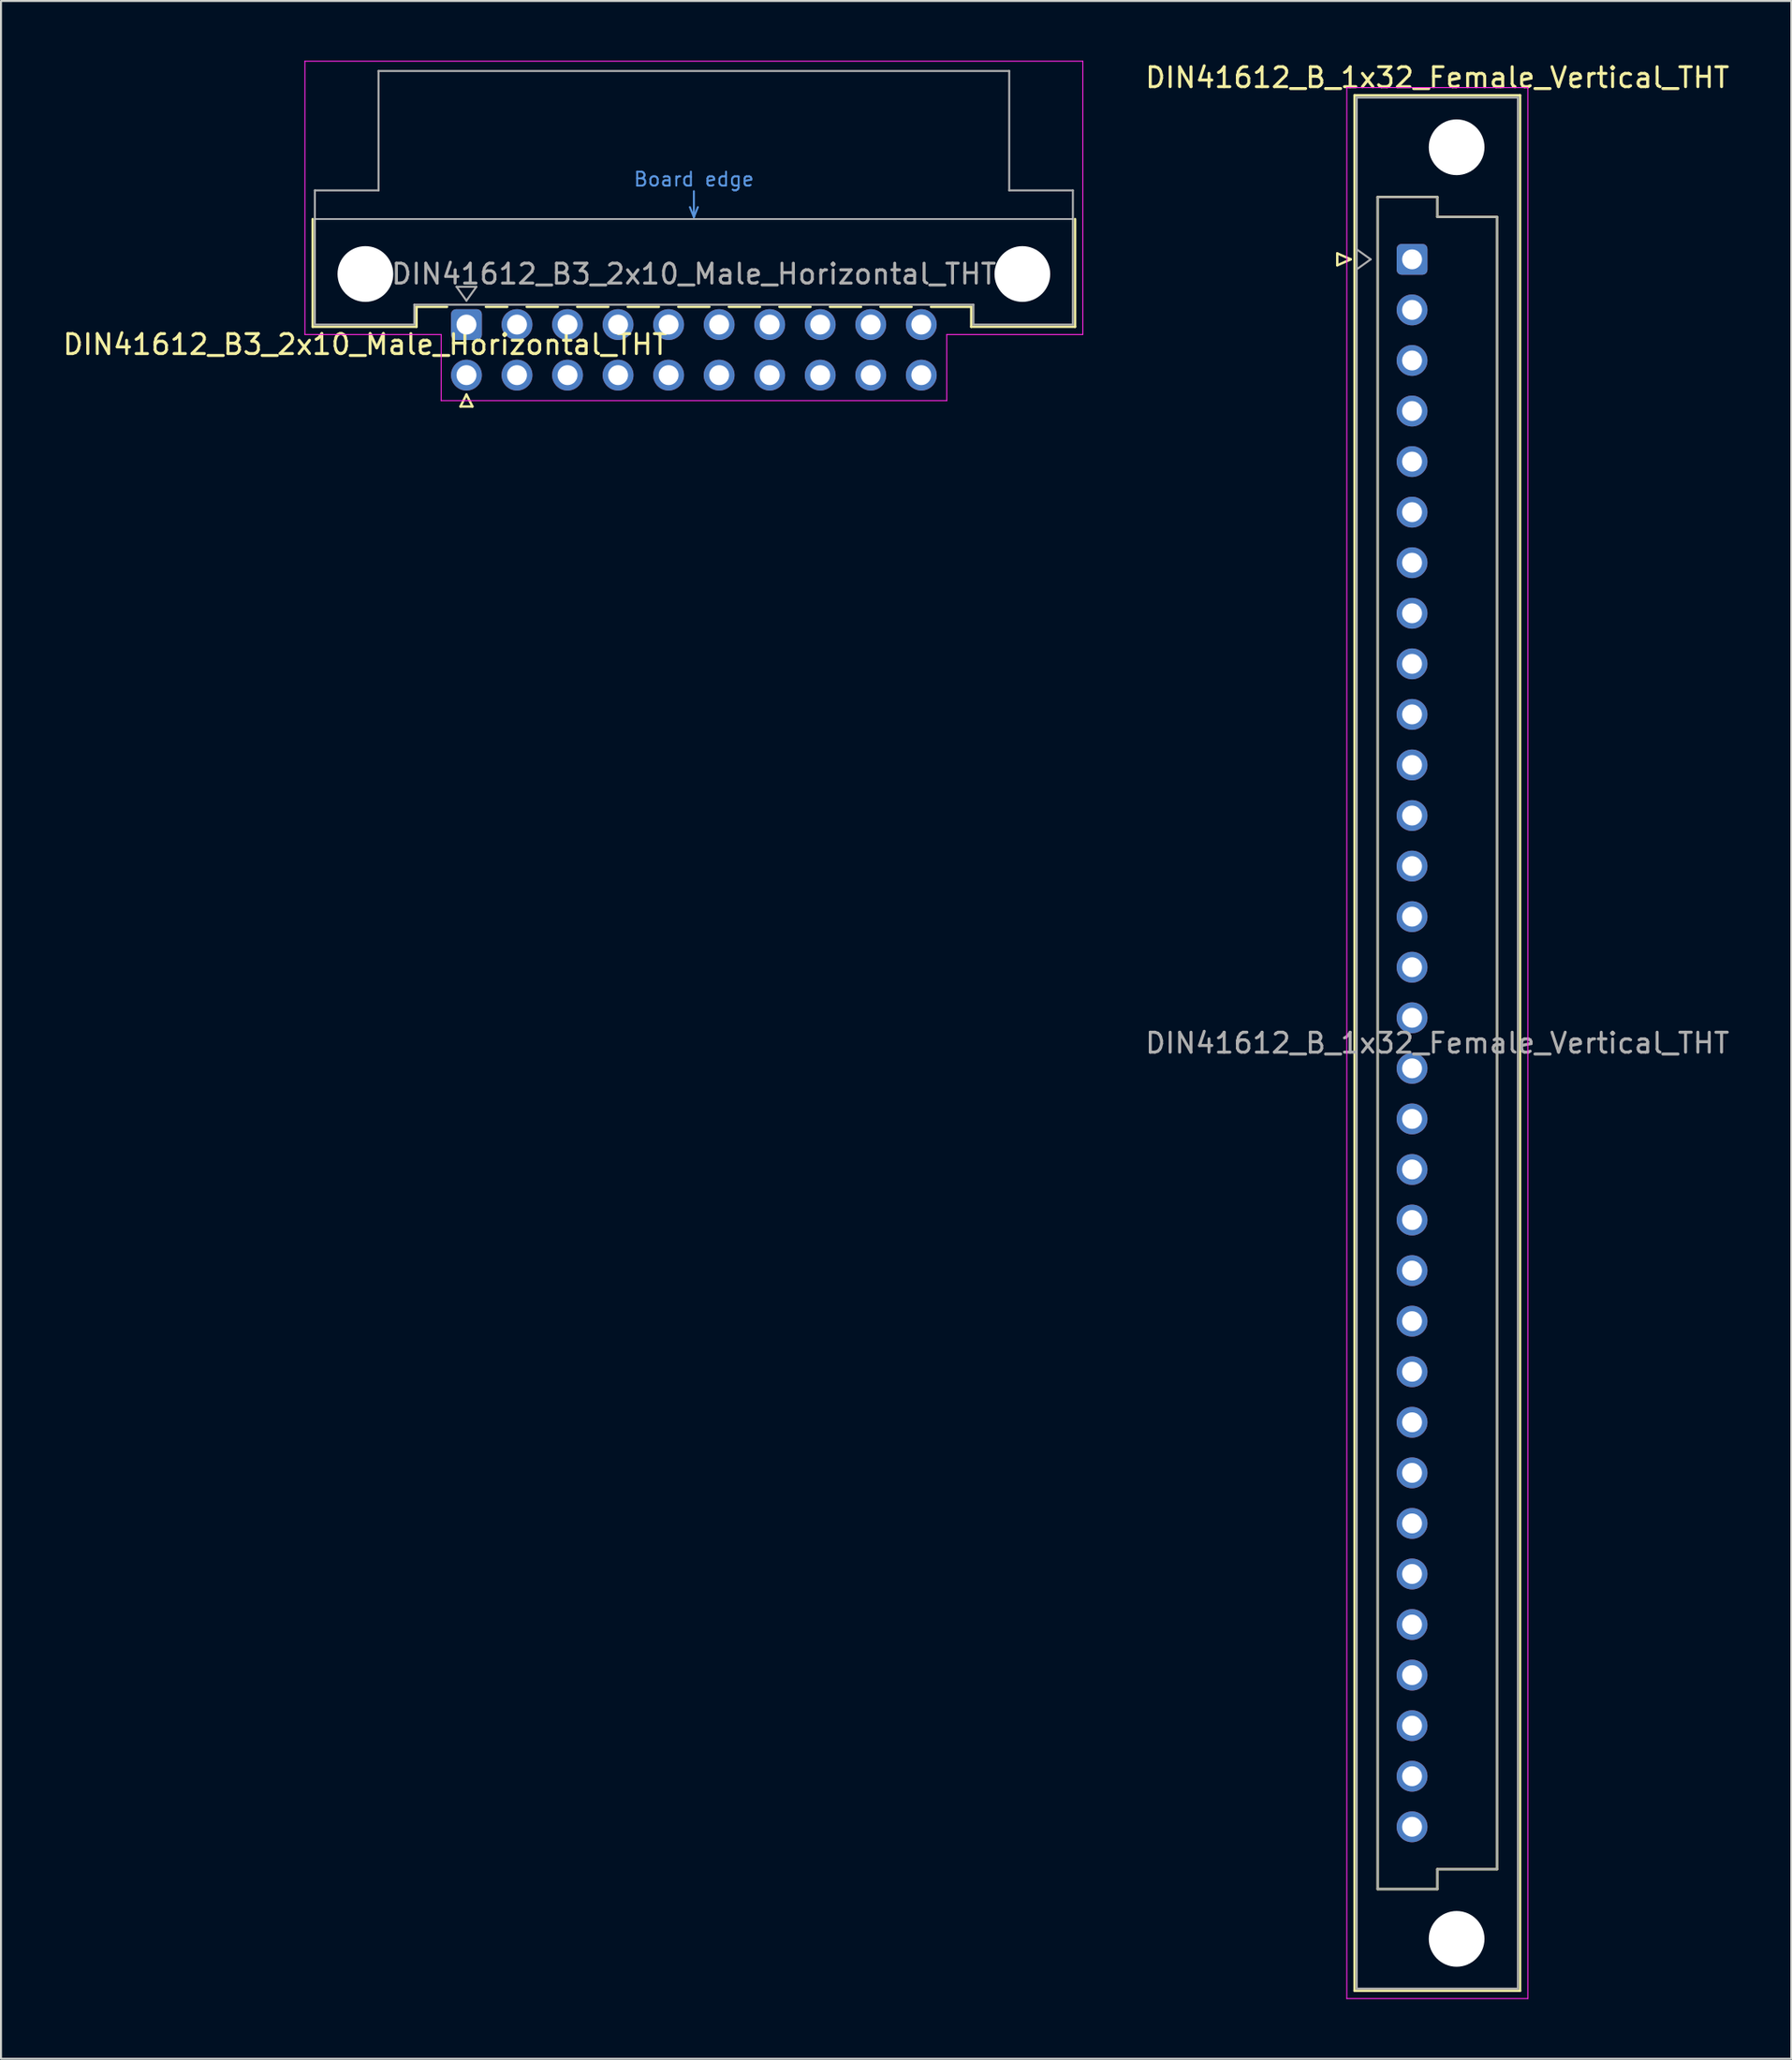
<source format=kicad_pcb>
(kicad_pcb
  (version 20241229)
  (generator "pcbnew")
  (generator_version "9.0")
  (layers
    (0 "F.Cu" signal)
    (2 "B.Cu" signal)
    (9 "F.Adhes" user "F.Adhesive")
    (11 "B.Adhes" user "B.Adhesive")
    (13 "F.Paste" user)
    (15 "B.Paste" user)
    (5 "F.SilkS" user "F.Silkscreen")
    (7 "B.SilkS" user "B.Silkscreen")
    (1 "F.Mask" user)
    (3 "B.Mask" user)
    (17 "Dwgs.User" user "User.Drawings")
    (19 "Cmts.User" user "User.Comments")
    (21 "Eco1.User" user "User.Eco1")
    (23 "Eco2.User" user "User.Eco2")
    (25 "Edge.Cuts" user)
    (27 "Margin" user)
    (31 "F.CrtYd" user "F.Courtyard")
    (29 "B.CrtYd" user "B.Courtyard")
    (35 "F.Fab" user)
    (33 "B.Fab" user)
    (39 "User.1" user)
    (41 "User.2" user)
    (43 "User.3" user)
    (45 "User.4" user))
  (footprint "DIN41612_B_1x32_Female_Vertical_THT"
    (layer "F.Cu")
    (at 67.922 9.978)
    (property "Reference" "DIN41612_B_1x32_Female_Vertical_THT" (at 1.27 -9.13 0) (layer "F.SilkS") (effects (font (size 1 1) (thickness 0.15))))
    (attr through_hole)
    (fp_line (start -3.76 -0.3) (end -3.76 0.3) (stroke (width 0.12) (type solid)) (layer "F.SilkS"))
    (fp_line (start -3.76 0.3) (end -3.08 0) (stroke (width 0.12) (type solid)) (layer "F.SilkS"))
    (fp_line (start -3.08 0) (end -3.76 -0.3) (stroke (width 0.12) (type solid)) (layer "F.SilkS"))
    (fp_line (start -2.89 -8.24) (end 5.43 -8.24) (stroke (width 0.12) (type solid)) (layer "F.SilkS"))
    (fp_line (start -2.89 86.98) (end -2.89 -8.24) (stroke (width 0.12) (type solid)) (layer "F.SilkS"))
    (fp_line (start -1.73 -3.131) (end 1.27 -3.131) (stroke (width 0.12) (type solid)) (layer "F.SilkS"))
    (fp_line (start -1.73 81.87) (end -1.73 -3.131) (stroke (width 0.12) (type solid)) (layer "F.SilkS"))
    (fp_line (start 1.27 -3.131) (end 1.27 -2.131) (stroke (width 0.12) (type solid)) (layer "F.SilkS"))
    (fp_line (start 1.27 -2.131) (end 4.27 -2.131) (stroke (width 0.12) (type solid)) (layer "F.SilkS"))
    (fp_line (start 1.27 80.87) (end 1.27 81.87) (stroke (width 0.12) (type solid)) (layer "F.SilkS"))
    (fp_line (start 1.27 81.87) (end -1.73 81.87) (stroke (width 0.12) (type solid)) (layer "F.SilkS"))
    (fp_line (start 4.27 -2.131) (end 4.27 80.87) (stroke (width 0.12) (type solid)) (layer "F.SilkS"))
    (fp_line (start 4.27 80.87) (end 1.27 80.87) (stroke (width 0.12) (type solid)) (layer "F.SilkS"))
    (fp_line (start 5.43 -8.24) (end 5.43 86.98) (stroke (width 0.12) (type solid)) (layer "F.SilkS"))
    (fp_line (start 5.43 86.98) (end -2.89 86.98) (stroke (width 0.12) (type solid)) (layer "F.SilkS"))
    (fp_line (start -3.28 -8.63) (end 5.82 -8.63) (stroke (width 0.05) (type solid)) (layer "F.CrtYd"))
    (fp_line (start -3.28 87.37) (end -3.28 -8.63) (stroke (width 0.05) (type solid)) (layer "F.CrtYd"))
    (fp_line (start 5.82 -8.63) (end 5.82 87.37) (stroke (width 0.05) (type solid)) (layer "F.CrtYd"))
    (fp_line (start 5.82 87.37) (end -3.28 87.37) (stroke (width 0.05) (type solid)) (layer "F.CrtYd"))
    (fp_line (start -2.78 -8.13) (end 5.32 -8.13) (stroke (width 0.1) (type solid)) (layer "F.Fab"))
    (fp_line (start -2.78 -0.5) (end -2.08 0) (stroke (width 0.1) (type solid)) (layer "F.Fab"))
    (fp_line (start -2.78 86.87) (end -2.78 -8.13) (stroke (width 0.1) (type solid)) (layer "F.Fab"))
    (fp_line (start -2.08 0) (end -2.78 0.5) (stroke (width 0.1) (type solid)) (layer "F.Fab"))
    (fp_line (start -1.73 -3.13) (end 1.27 -3.13) (stroke (width 0.1) (type solid)) (layer "F.Fab"))
    (fp_line (start -1.73 81.87) (end -1.73 -3.13) (stroke (width 0.1) (type solid)) (layer "F.Fab"))
    (fp_line (start 1.27 -3.13) (end 1.27 -2.13) (stroke (width 0.1) (type solid)) (layer "F.Fab"))
    (fp_line (start 1.27 -2.13) (end 4.27 -2.13) (stroke (width 0.1) (type solid)) (layer "F.Fab"))
    (fp_line (start 1.27 80.87) (end 1.27 81.87) (stroke (width 0.1) (type solid)) (layer "F.Fab"))
    (fp_line (start 1.27 81.87) (end -1.73 81.87) (stroke (width 0.1) (type solid)) (layer "F.Fab"))
    (fp_line (start 4.27 -2.13) (end 4.27 80.87) (stroke (width 0.1) (type solid)) (layer "F.Fab"))
    (fp_line (start 4.27 80.87) (end 1.27 80.87) (stroke (width 0.1) (type solid)) (layer "F.Fab"))
    (fp_line (start 5.32 -8.13) (end 5.32 86.87) (stroke (width 0.1) (type solid)) (layer "F.Fab"))
    (fp_line (start 5.32 86.87) (end -2.78 86.87) (stroke (width 0.1) (type solid)) (layer "F.Fab"))
    (fp_text user "${REFERENCE}" (at 1.27 39.37 0) (layer "F.Fab") (effects (font (size 1 1) (thickness 0.15))))
    (pad "" np_thru_hole circle (at 2.24 -5.63) (size 2.8 2.8) (drill 2.8) (layers "*.Cu" "*.Mask"))
    (pad "" np_thru_hole circle (at 2.24 84.37) (size 2.8 2.8) (drill 2.8) (layers "*.Cu" "*.Mask"))
    (pad "a0" thru_hole roundrect (at 0 0) (size 1.55 1.55) (drill 1) (layers "*.Cu" "*.Mask") (roundrect_rratio 0.161))
    (pad "a1" thru_hole circle (at 0 2.54) (size 1.55 1.55) (drill 1) (layers "*.Cu" "*.Mask"))
    (pad "a2" thru_hole circle (at 0 5.08) (size 1.55 1.55) (drill 1) (layers "*.Cu" "*.Mask"))
    (pad "a3" thru_hole circle (at 0 7.62) (size 1.55 1.55) (drill 1) (layers "*.Cu" "*.Mask"))
    (pad "a4" thru_hole circle (at 0 10.16) (size 1.55 1.55) (drill 1) (layers "*.Cu" "*.Mask"))
    (pad "a5" thru_hole circle (at 0 12.7) (size 1.55 1.55) (drill 1) (layers "*.Cu" "*.Mask"))
    (pad "a6" thru_hole circle (at 0 15.24) (size 1.55 1.55) (drill 1) (layers "*.Cu" "*.Mask"))
    (pad "a7" thru_hole circle (at 0 17.78) (size 1.55 1.55) (drill 1) (layers "*.Cu" "*.Mask"))
    (pad "a8" thru_hole circle (at 0 20.32) (size 1.55 1.55) (drill 1) (layers "*.Cu" "*.Mask"))
    (pad "a9" thru_hole circle (at 0 22.86) (size 1.55 1.55) (drill 1) (layers "*.Cu" "*.Mask"))
    (pad "a10" thru_hole circle (at 0 25.4) (size 1.55 1.55) (drill 1) (layers "*.Cu" "*.Mask"))
    (pad "a11" thru_hole circle (at 0 27.94) (size 1.55 1.55) (drill 1) (layers "*.Cu" "*.Mask"))
    (pad "a12" thru_hole circle (at 0 30.48) (size 1.55 1.55) (drill 1) (layers "*.Cu" "*.Mask"))
    (pad "a13" thru_hole circle (at 0 33.02) (size 1.55 1.55) (drill 1) (layers "*.Cu" "*.Mask"))
    (pad "a14" thru_hole circle (at 0 35.56) (size 1.55 1.55) (drill 1) (layers "*.Cu" "*.Mask"))
    (pad "a15" thru_hole circle (at 0 38.1) (size 1.55 1.55) (drill 1) (layers "*.Cu" "*.Mask"))
    (pad "a16" thru_hole circle (at 0 40.64) (size 1.55 1.55) (drill 1) (layers "*.Cu" "*.Mask"))
    (pad "a17" thru_hole circle (at 0 43.18) (size 1.55 1.55) (drill 1) (layers "*.Cu" "*.Mask"))
    (pad "a18" thru_hole circle (at 0 45.72) (size 1.55 1.55) (drill 1) (layers "*.Cu" "*.Mask"))
    (pad "a19" thru_hole circle (at 0 48.26) (size 1.55 1.55) (drill 1) (layers "*.Cu" "*.Mask"))
    (pad "a20" thru_hole circle (at 0 50.8) (size 1.55 1.55) (drill 1) (layers "*.Cu" "*.Mask"))
    (pad "a21" thru_hole circle (at 0 53.34) (size 1.55 1.55) (drill 1) (layers "*.Cu" "*.Mask"))
    (pad "a22" thru_hole circle (at 0 55.88) (size 1.55 1.55) (drill 1) (layers "*.Cu" "*.Mask"))
    (pad "a23" thru_hole circle (at 0 58.42) (size 1.55 1.55) (drill 1) (layers "*.Cu" "*.Mask"))
    (pad "a24" thru_hole circle (at 0 60.96) (size 1.55 1.55) (drill 1) (layers "*.Cu" "*.Mask"))
    (pad "a25" thru_hole circle (at 0 63.5) (size 1.55 1.55) (drill 1) (layers "*.Cu" "*.Mask"))
    (pad "a26" thru_hole circle (at 0 66.04) (size 1.55 1.55) (drill 1) (layers "*.Cu" "*.Mask"))
    (pad "a27" thru_hole circle (at 0 68.58) (size 1.55 1.55) (drill 1) (layers "*.Cu" "*.Mask"))
    (pad "a28" thru_hole circle (at 0 71.12) (size 1.55 1.55) (drill 1) (layers "*.Cu" "*.Mask"))
    (pad "a29" thru_hole circle (at 0 73.66) (size 1.55 1.55) (drill 1) (layers "*.Cu" "*.Mask"))
    (pad "a30" thru_hole circle (at 0 76.2) (size 1.55 1.55) (drill 1) (layers "*.Cu" "*.Mask"))
    (pad "a31" thru_hole circle (at 0 78.74) (size 1.55 1.55) (drill 1) (layers "*.Cu" "*.Mask")))
  (footprint "DIN41612_B3_2x10_Male_Horizontal_THT"
    (layer "F.Cu")
    (at 20.395 13.255)
    (property "Reference" "DIN41612_B3_2x10_Male_Horizontal_THT" (at -5.08 1 0) (layer "F.SilkS") (effects (font (size 1 1) (thickness 0.15))))
    (attr through_hole)
    (fp_line (start -7.73 -5.3) (end -7.73 0.11) (stroke (width 0.12) (type solid)) (layer "F.SilkS"))
    (fp_line (start -7.73 0.11) (end -2.51 0.11) (stroke (width 0.12) (type solid)) (layer "F.SilkS"))
    (fp_line (start -2.511 -0.89) (end -0.976 -0.89) (stroke (width 0.12) (type solid)) (layer "F.SilkS"))
    (fp_line (start -2.51 0.11) (end -2.51 -0.89) (stroke (width 0.12) (type solid)) (layer "F.SilkS"))
    (fp_line (start -0.3 4.115) (end 0.3 4.115) (stroke (width 0.12) (type solid)) (layer "F.SilkS"))
    (fp_line (start 0 3.515) (end -0.3 4.115) (stroke (width 0.12) (type solid)) (layer "F.SilkS"))
    (fp_line (start 0.3 4.115) (end 0 3.515) (stroke (width 0.12) (type solid)) (layer "F.SilkS"))
    (fp_line (start 0.976 -0.89) (end 2.053 -0.89) (stroke (width 0.12) (type solid)) (layer "F.SilkS"))
    (fp_line (start 3.028 -0.89) (end 4.593 -0.89) (stroke (width 0.12) (type solid)) (layer "F.SilkS"))
    (fp_line (start 5.568 -0.89) (end 7.133 -0.89) (stroke (width 0.12) (type solid)) (layer "F.SilkS"))
    (fp_line (start 8.108 -0.89) (end 9.673 -0.89) (stroke (width 0.12) (type solid)) (layer "F.SilkS"))
    (fp_line (start 10.648 -0.89) (end 12.213 -0.89) (stroke (width 0.12) (type solid)) (layer "F.SilkS"))
    (fp_line (start 13.188 -0.89) (end 14.753 -0.89) (stroke (width 0.12) (type solid)) (layer "F.SilkS"))
    (fp_line (start 15.728 -0.89) (end 17.293 -0.89) (stroke (width 0.12) (type solid)) (layer "F.SilkS"))
    (fp_line (start 18.268 -0.89) (end 19.833 -0.89) (stroke (width 0.12) (type solid)) (layer "F.SilkS"))
    (fp_line (start 20.808 -0.89) (end 22.373 -0.89) (stroke (width 0.12) (type solid)) (layer "F.SilkS"))
    (fp_line (start 23.348 -0.89) (end 25.37 -0.89) (stroke (width 0.12) (type solid)) (layer "F.SilkS"))
    (fp_line (start 25.37 0.11) (end 25.37 -0.89) (stroke (width 0.12) (type solid)) (layer "F.SilkS"))
    (fp_line (start 30.59 -5.3) (end 30.59 0.11) (stroke (width 0.12) (type solid)) (layer "F.SilkS"))
    (fp_line (start 30.59 0.11) (end 25.37 0.11) (stroke (width 0.12) (type solid)) (layer "F.SilkS"))
    (fp_line (start -7.62 -5.3) (end 30.48 -5.3) (stroke (width 0.08) (type solid)) (layer "Dwgs.User"))
    (fp_line (start 11.23 -5.9) (end 11.43 -5.4) (stroke (width 0.1) (type solid)) (layer "Cmts.User"))
    (fp_line (start 11.43 -5.4) (end 11.43 -6.7) (stroke (width 0.1) (type solid)) (layer "Cmts.User"))
    (fp_line (start 11.43 -5.4) (end 11.63 -5.9) (stroke (width 0.1) (type solid)) (layer "Cmts.User"))
    (fp_line (start -8.12 -13.23) (end -8.12 0.5) (stroke (width 0.05) (type solid)) (layer "F.CrtYd"))
    (fp_line (start -8.12 0.5) (end -1.27 0.5) (stroke (width 0.05) (type solid)) (layer "F.CrtYd"))
    (fp_line (start -1.27 0.5) (end -1.27 3.82) (stroke (width 0.05) (type solid)) (layer "F.CrtYd"))
    (fp_line (start -1.27 3.82) (end 24.14 3.82) (stroke (width 0.05) (type solid)) (layer "F.CrtYd"))
    (fp_line (start 24.14 0.5) (end 30.98 0.5) (stroke (width 0.05) (type solid)) (layer "F.CrtYd"))
    (fp_line (start 24.14 3.82) (end 24.14 0.5) (stroke (width 0.05) (type solid)) (layer "F.CrtYd"))
    (fp_line (start 30.98 -13.23) (end -8.12 -13.23) (stroke (width 0.05) (type solid)) (layer "F.CrtYd"))
    (fp_line (start 30.98 0.5) (end 30.98 -13.23) (stroke (width 0.05) (type solid)) (layer "F.CrtYd"))
    (fp_line (start -7.62 -6.74) (end -7.62 0) (stroke (width 0.1) (type solid)) (layer "F.Fab"))
    (fp_line (start -7.62 0) (end -2.62 0) (stroke (width 0.1) (type solid)) (layer "F.Fab"))
    (fp_line (start -4.42 -12.74) (end -4.42 -6.74) (stroke (width 0.1) (type solid)) (layer "F.Fab"))
    (fp_line (start -4.42 -6.74) (end -7.62 -6.74) (stroke (width 0.1) (type solid)) (layer "F.Fab"))
    (fp_line (start -2.62 -1) (end 25.48 -1) (stroke (width 0.1) (type solid)) (layer "F.Fab"))
    (fp_line (start -2.62 0) (end -2.62 -1) (stroke (width 0.1) (type solid)) (layer "F.Fab"))
    (fp_line (start -0.5 -1.9) (end 0.5 -1.9) (stroke (width 0.1) (type solid)) (layer "F.Fab"))
    (fp_line (start 0 -1.2) (end -0.5 -1.9) (stroke (width 0.1) (type solid)) (layer "F.Fab"))
    (fp_line (start 0.5 -1.9) (end 0 -1.2) (stroke (width 0.1) (type solid)) (layer "F.Fab"))
    (fp_line (start 25.48 -1) (end 25.48 0) (stroke (width 0.1) (type solid)) (layer "F.Fab"))
    (fp_line (start 25.48 0) (end 30.48 0) (stroke (width 0.1) (type solid)) (layer "F.Fab"))
    (fp_line (start 27.28 -12.74) (end -4.42 -12.74) (stroke (width 0.1) (type solid)) (layer "F.Fab"))
    (fp_line (start 27.28 -6.74) (end 27.28 -12.74) (stroke (width 0.1) (type solid)) (layer "F.Fab"))
    (fp_line (start 30.48 -6.74) (end 27.28 -6.74) (stroke (width 0.1) (type solid)) (layer "F.Fab"))
    (fp_line (start 30.48 0) (end 30.48 -6.74) (stroke (width 0.1) (type solid)) (layer "F.Fab"))
    (fp_text user "Board edge" (at 11.43 -7.3 0) (layer "Cmts.User") (effects (font (size 0.7 0.7) (thickness 0.1))))
    (fp_text user "${REFERENCE}" (at 11.43 -2.54 0) (layer "F.Fab") (effects (font (size 1 1) (thickness 0.15))))
    (pad "" np_thru_hole circle (at -5.08 -2.54) (size 2.8 2.8) (drill 2.8) (layers "*.Cu" "*.Mask"))
    (pad "" np_thru_hole circle (at 27.94 -2.54) (size 2.8 2.8) (drill 2.8) (layers "*.Cu" "*.Mask"))
    (pad "a0" thru_hole roundrect (at 0 0) (size 1.55 1.55) (drill 1) (layers "*.Cu" "*.Mask") (roundrect_rratio 0.161))
    (pad "a1" thru_hole circle (at 2.54 0) (size 1.55 1.55) (drill 1) (layers "*.Cu" "*.Mask"))
    (pad "a2" thru_hole circle (at 5.08 0) (size 1.55 1.55) (drill 1) (layers "*.Cu" "*.Mask"))
    (pad "a3" thru_hole circle (at 7.62 0) (size 1.55 1.55) (drill 1) (layers "*.Cu" "*.Mask"))
    (pad "a4" thru_hole circle (at 10.16 0) (size 1.55 1.55) (drill 1) (layers "*.Cu" "*.Mask"))
    (pad "a5" thru_hole circle (at 12.7 0) (size 1.55 1.55) (drill 1) (layers "*.Cu" "*.Mask"))
    (pad "a6" thru_hole circle (at 15.24 0) (size 1.55 1.55) (drill 1) (layers "*.Cu" "*.Mask"))
    (pad "a7" thru_hole circle (at 17.78 0) (size 1.55 1.55) (drill 1) (layers "*.Cu" "*.Mask"))
    (pad "a8" thru_hole circle (at 20.32 0) (size 1.55 1.55) (drill 1) (layers "*.Cu" "*.Mask"))
    (pad "a9" thru_hole circle (at 22.86 0) (size 1.55 1.55) (drill 1) (layers "*.Cu" "*.Mask"))
    (pad "b0" thru_hole circle (at 0 2.54) (size 1.55 1.55) (drill 1) (layers "*.Cu" "*.Mask"))
    (pad "b1" thru_hole circle (at 2.54 2.54) (size 1.55 1.55) (drill 1) (layers "*.Cu" "*.Mask"))
    (pad "b2" thru_hole circle (at 5.08 2.54) (size 1.55 1.55) (drill 1) (layers "*.Cu" "*.Mask"))
    (pad "b3" thru_hole circle (at 7.62 2.54) (size 1.55 1.55) (drill 1) (layers "*.Cu" "*.Mask"))
    (pad "b4" thru_hole circle (at 10.16 2.54) (size 1.55 1.55) (drill 1) (layers "*.Cu" "*.Mask"))
    (pad "b5" thru_hole circle (at 12.7 2.54) (size 1.55 1.55) (drill 1) (layers "*.Cu" "*.Mask"))
    (pad "b6" thru_hole circle (at 15.24 2.54) (size 1.55 1.55) (drill 1) (layers "*.Cu" "*.Mask"))
    (pad "b7" thru_hole circle (at 17.78 2.54) (size 1.55 1.55) (drill 1) (layers "*.Cu" "*.Mask"))
    (pad "b8" thru_hole circle (at 20.32 2.54) (size 1.55 1.55) (drill 1) (layers "*.Cu" "*.Mask"))
    (pad "b9" thru_hole circle (at 22.86 2.54) (size 1.55 1.55) (drill 1) (layers "*.Cu" "*.Mask")))
  (gr_rect
    (start -3 -3)
    (end 86.984 100.373)
    (stroke (width 0.1) (type default))
    (fill no)
    (layer "Edge.Cuts")))
</source>
